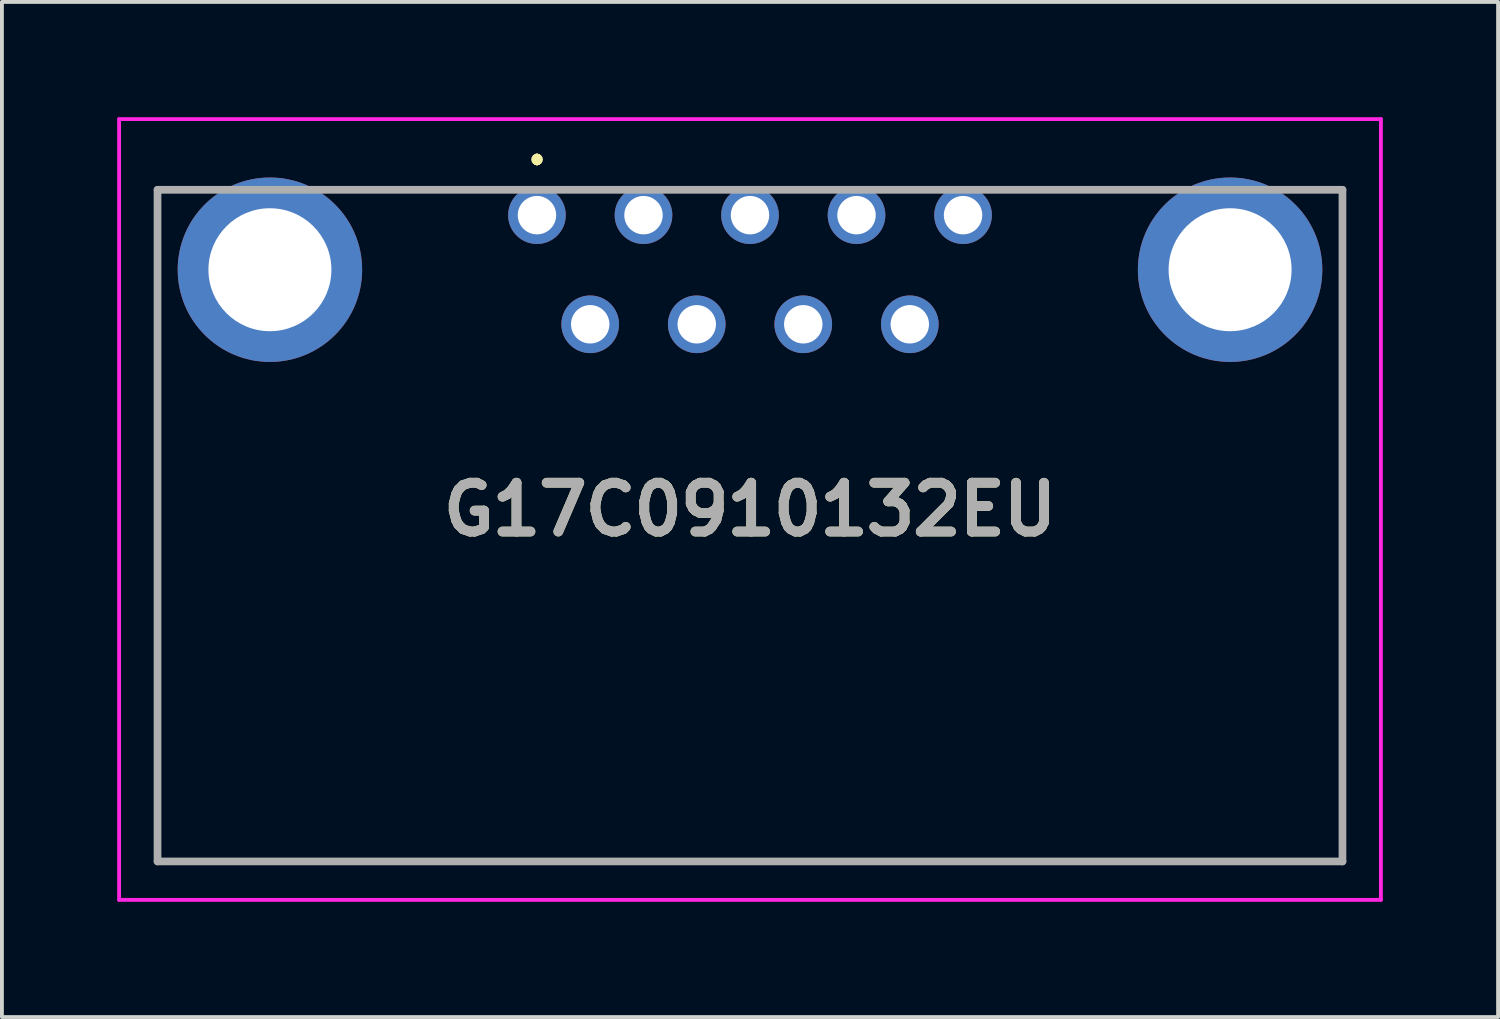
<source format=kicad_pcb>
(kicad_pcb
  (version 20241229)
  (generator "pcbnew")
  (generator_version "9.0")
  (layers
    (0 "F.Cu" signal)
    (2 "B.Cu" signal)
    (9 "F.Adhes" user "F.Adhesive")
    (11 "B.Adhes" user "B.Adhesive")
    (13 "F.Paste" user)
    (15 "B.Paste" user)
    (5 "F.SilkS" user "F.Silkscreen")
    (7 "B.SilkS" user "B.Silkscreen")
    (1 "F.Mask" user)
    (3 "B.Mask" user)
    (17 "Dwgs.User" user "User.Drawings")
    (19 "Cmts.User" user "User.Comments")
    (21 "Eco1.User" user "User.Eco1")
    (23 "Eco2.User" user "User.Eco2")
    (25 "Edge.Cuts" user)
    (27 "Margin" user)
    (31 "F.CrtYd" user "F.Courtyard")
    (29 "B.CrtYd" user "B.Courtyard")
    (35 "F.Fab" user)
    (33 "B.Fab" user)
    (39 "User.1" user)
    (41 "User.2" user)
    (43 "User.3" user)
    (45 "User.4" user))
  (footprint "G17C0910132EU"
    (layer "F.Cu")
    (at 10.925 2.55)
    (property "Reference" "G17C0910132EU" (at 5.545 7.66 0) (layer "F.SilkS") (effects (font (size 1.27 1.27) (thickness 0.254))))
    (attr through_hole)
    (fp_line (start -9.875 4.5) (end -9.875 4.5) (stroke (width 0.1) (type solid)) (layer "F.SilkS"))
    (fp_line (start -9.875 4.5) (end -9.875 16.82) (stroke (width 0.1) (type solid)) (layer "F.SilkS"))
    (fp_line (start -9.875 16.82) (end -9.875 4.5) (stroke (width 0.1) (type solid)) (layer "F.SilkS"))
    (fp_line (start -9.875 16.82) (end -9.875 16.82) (stroke (width 0.1) (type solid)) (layer "F.SilkS"))
    (fp_line (start -9.875 16.82) (end -9.875 16.82) (stroke (width 0.1) (type solid)) (layer "F.SilkS"))
    (fp_line (start -9.875 16.82) (end 20.965 16.82) (stroke (width 0.1) (type solid)) (layer "F.SilkS"))
    (fp_line (start -4 -0.66) (end -4 -0.66) (stroke (width 0.1) (type solid)) (layer "F.SilkS"))
    (fp_line (start -4 -0.66) (end -1.25 -0.66) (stroke (width 0.1) (type solid)) (layer "F.SilkS"))
    (fp_line (start -1.25 -0.66) (end -4 -0.66) (stroke (width 0.1) (type solid)) (layer "F.SilkS"))
    (fp_line (start -1.25 -0.66) (end -1.25 -0.66) (stroke (width 0.1) (type solid)) (layer "F.SilkS"))
    (fp_line (start 0 -1.5) (end 0 -1.5) (stroke (width 0.2) (type solid)) (layer "F.SilkS"))
    (fp_line (start 0 -1.4) (end 0 -1.4) (stroke (width 0.2) (type solid)) (layer "F.SilkS"))
    (fp_line (start 0 -1.4) (end 0 -1.4) (stroke (width 0.2) (type solid)) (layer "F.SilkS"))
    (fp_line (start 12.5 -0.66) (end 12.5 -0.66) (stroke (width 0.1) (type solid)) (layer "F.SilkS"))
    (fp_line (start 12.5 -0.66) (end 15 -0.66) (stroke (width 0.1) (type solid)) (layer "F.SilkS"))
    (fp_line (start 15 -0.66) (end 12.5 -0.66) (stroke (width 0.1) (type solid)) (layer "F.SilkS"))
    (fp_line (start 15 -0.66) (end 15 -0.66) (stroke (width 0.1) (type solid)) (layer "F.SilkS"))
    (fp_line (start 20.965 4.5) (end 20.965 4.5) (stroke (width 0.1) (type solid)) (layer "F.SilkS"))
    (fp_line (start 20.965 4.5) (end 20.965 16.82) (stroke (width 0.1) (type solid)) (layer "F.SilkS"))
    (fp_line (start 20.965 16.82) (end -9.875 16.82) (stroke (width 0.1) (type solid)) (layer "F.SilkS"))
    (fp_line (start 20.965 16.82) (end 20.965 4.5) (stroke (width 0.1) (type solid)) (layer "F.SilkS"))
    (fp_line (start 20.965 16.82) (end 20.965 16.82) (stroke (width 0.1) (type solid)) (layer "F.SilkS"))
    (fp_line (start 20.965 16.82) (end 20.965 16.82) (stroke (width 0.1) (type solid)) (layer "F.SilkS"))
    (fp_arc (start 0 -1.5) (mid 0.05 -1.45) (end 0 -1.4) (stroke (width 0.2) (type solid)) (layer "F.SilkS"))
    (fp_arc (start 0 -1.5) (mid 0.05 -1.45) (end 0 -1.4) (stroke (width 0.2) (type solid)) (layer "F.SilkS"))
    (fp_arc (start 0 -1.4) (mid -0.05 -1.45) (end 0 -1.5) (stroke (width 0.2) (type solid)) (layer "F.SilkS"))
    (fp_line (start -10.875 -2.5) (end 21.965 -2.5) (stroke (width 0.1) (type solid)) (layer "F.CrtYd"))
    (fp_line (start -10.875 17.82) (end -10.875 -2.5) (stroke (width 0.1) (type solid)) (layer "F.CrtYd"))
    (fp_line (start 21.965 -2.5) (end 21.965 17.82) (stroke (width 0.1) (type solid)) (layer "F.CrtYd"))
    (fp_line (start 21.965 17.82) (end -10.875 17.82) (stroke (width 0.1) (type solid)) (layer "F.CrtYd"))
    (fp_line (start -9.875 -0.66) (end -9.875 16.82) (stroke (width 0.2) (type solid)) (layer "F.Fab"))
    (fp_line (start -9.875 16.82) (end 20.965 16.82) (stroke (width 0.2) (type solid)) (layer "F.Fab"))
    (fp_line (start 20.965 -0.66) (end -9.875 -0.66) (stroke (width 0.2) (type solid)) (layer "F.Fab"))
    (fp_line (start 20.965 16.82) (end 20.965 -0.66) (stroke (width 0.2) (type solid)) (layer "F.Fab"))
    (fp_text user "${REFERENCE}" (at 5.545 7.66 0) (layer "F.Fab") (effects (font (size 1.27 1.27) (thickness 0.254))))
    (pad "1" thru_hole circle (at 0 0) (size 1.5 1.5) (drill 1) (layers "*.Cu" "*.Mask"))
    (pad "2" thru_hole circle (at 2.773 0) (size 1.5 1.5) (drill 1) (layers "*.Cu" "*.Mask"))
    (pad "3" thru_hole circle (at 5.545 0) (size 1.5 1.5) (drill 1) (layers "*.Cu" "*.Mask"))
    (pad "4" thru_hole circle (at 8.317 0) (size 1.5 1.5) (drill 1) (layers "*.Cu" "*.Mask"))
    (pad "5" thru_hole circle (at 11.09 0) (size 1.5 1.5) (drill 1) (layers "*.Cu" "*.Mask"))
    (pad "6" thru_hole circle (at 1.386 2.84) (size 1.5 1.5) (drill 1) (layers "*.Cu" "*.Mask"))
    (pad "7" thru_hole circle (at 4.159 2.84) (size 1.5 1.5) (drill 1) (layers "*.Cu" "*.Mask"))
    (pad "8" thru_hole circle (at 6.931 2.84) (size 1.5 1.5) (drill 1) (layers "*.Cu" "*.Mask"))
    (pad "9" thru_hole circle (at 9.704 2.84) (size 1.5 1.5) (drill 1) (layers "*.Cu" "*.Mask"))
    (pad "MH1" thru_hole circle (at -6.95 1.42) (size 4.8 4.8) (drill 3.2) (layers "*.Cu" "*.Mask"))
    (pad "MH2" thru_hole circle (at 18.04 1.42) (size 4.8 4.8) (drill 3.2) (layers "*.Cu" "*.Mask")))
  (gr_rect
    (start -3 -3)
    (end 35.94 23.42)
    (stroke (width 0.1) (type default))
    (fill no)
    (layer "Edge.Cuts")))
</source>
